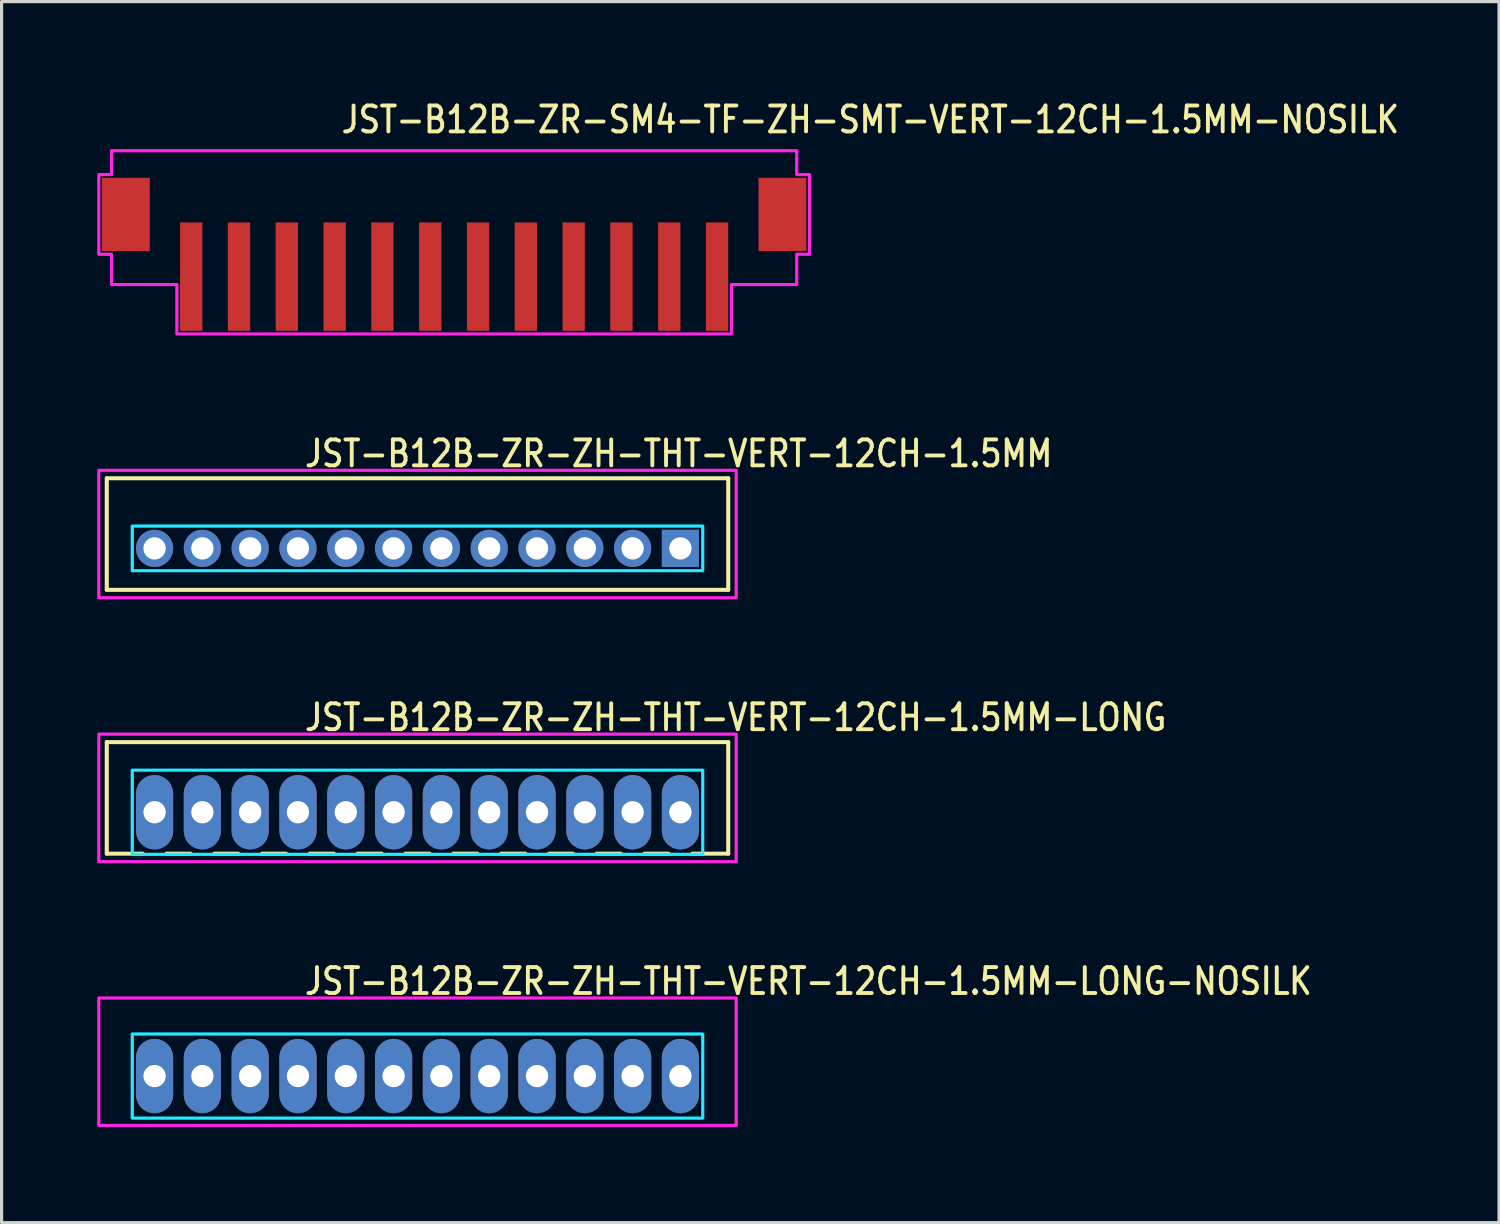
<source format=kicad_pcb>
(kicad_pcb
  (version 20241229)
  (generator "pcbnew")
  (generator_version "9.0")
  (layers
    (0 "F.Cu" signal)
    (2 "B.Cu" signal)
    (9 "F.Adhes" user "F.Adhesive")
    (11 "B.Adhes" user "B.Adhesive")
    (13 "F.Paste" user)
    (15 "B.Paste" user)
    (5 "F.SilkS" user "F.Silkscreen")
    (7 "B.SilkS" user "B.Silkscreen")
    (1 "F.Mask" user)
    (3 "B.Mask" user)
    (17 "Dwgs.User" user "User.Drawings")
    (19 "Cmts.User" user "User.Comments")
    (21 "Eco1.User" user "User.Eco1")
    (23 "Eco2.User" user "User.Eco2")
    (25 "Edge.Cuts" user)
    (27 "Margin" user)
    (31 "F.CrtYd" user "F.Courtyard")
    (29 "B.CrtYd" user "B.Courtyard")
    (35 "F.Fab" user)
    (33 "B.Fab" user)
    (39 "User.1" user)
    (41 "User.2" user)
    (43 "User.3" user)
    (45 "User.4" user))
  (footprint "JST-B12B-ZR-SM4-TF-ZH-SMT-VERT-12CH-1.5MM-NOSILK"
    (layer "F.Cu")
    (at 11.2 3.679)
    (property "Reference" "JST-B12B-ZR-SM4-TF-ZH-SMT-VERT-12CH-1.5MM-NOSILK" (at -3.6 -2.5 0) (unlocked yes) (layer "F.SilkS") (effects (font (size 0.813 0.695) (thickness 0.122)) (justify left bottom)))
    (fp_poly (pts (xy -10.75 -2) (xy -10.75 -1.25) (xy -11.15 -1.25) (xy -11.15 1.25) (xy -10.75 1.25) (xy -10.75 2.2) (xy -8.7 2.2) (xy -8.7 3.75) (xy 8.7 3.75) (xy 8.7 2.2) (xy 10.75 2.2) (xy 10.75 1.25) (xy 11.15 1.25) (xy 11.15 -1.25) (xy 10.75 -1.25) (xy 10.75 -2)) (stroke (width 0.1) (type solid)) (fill no) (layer "F.CrtYd"))
    (pad "1" smd rect (at -8.25 1.95) (size 0.7 3.4) (layers "F.Cu" "F.Mask" "F.Paste"))
    (pad "2" smd rect (at -6.75 1.95) (size 0.7 3.4) (layers "F.Cu" "F.Mask" "F.Paste"))
    (pad "3" smd rect (at -5.25 1.95) (size 0.7 3.4) (layers "F.Cu" "F.Mask" "F.Paste"))
    (pad "4" smd rect (at -3.75 1.95) (size 0.7 3.4) (layers "F.Cu" "F.Mask" "F.Paste"))
    (pad "5" smd rect (at -2.25 1.95) (size 0.7 3.4) (layers "F.Cu" "F.Mask" "F.Paste"))
    (pad "6" smd rect (at -0.75 1.95) (size 0.7 3.4) (layers "F.Cu" "F.Mask" "F.Paste"))
    (pad "7" smd rect (at 0.75 1.95) (size 0.7 3.4) (layers "F.Cu" "F.Mask" "F.Paste"))
    (pad "8" smd rect (at 2.25 1.95) (size 0.7 3.4) (layers "F.Cu" "F.Mask" "F.Paste"))
    (pad "9" smd rect (at 3.75 1.95) (size 0.7 3.4) (layers "F.Cu" "F.Mask" "F.Paste"))
    (pad "10" smd rect (at 5.25 1.95) (size 0.7 3.4) (layers "F.Cu" "F.Mask" "F.Paste"))
    (pad "11" smd rect (at 6.75 1.95) (size 0.7 3.4) (layers "F.Cu" "F.Mask" "F.Paste"))
    (pad "12" smd rect (at 8.25 1.95) (size 0.7 3.4) (layers "F.Cu" "F.Mask" "F.Paste"))
    (pad "13" smd rect (at 10.3 0) (size 1.5 2.3) (layers "F.Cu" "F.Mask" "F.Paste"))
    (pad "14" smd rect (at -10.3 0) (size 1.5 2.3) (layers "F.Cu" "F.Mask" "F.Paste")))
  (footprint "JST-B12B-ZR-ZH-THT-VERT-12CH-1.5MM-LONG-NOSILK"
    (layer "F.Cu")
    (at 10.05 30.714)
    (property "Reference" "JST-B12B-ZR-ZH-THT-VERT-12CH-1.5MM-LONG-NOSILK" (at -3.6 -2.5 0) (unlocked yes) (layer "F.SilkS") (effects (font (size 0.813 0.695) (thickness 0.122)) (justify left bottom)))
    (fp_poly (pts (xy -8.95 -1.32) (xy -8.95 1.32) (xy 8.95 1.32) (xy 8.95 -1.32)) (stroke (width 0.1) (type solid)) (fill no) (layer "B.CrtYd"))
    (fp_poly (pts (xy -10 -2.45) (xy -10 1.55) (xy 10 1.55) (xy 10 -2.45)) (stroke (width 0.1) (type solid)) (fill no) (layer "F.CrtYd"))
    (pad "1" thru_hole oval (at 8.25 0 90) (size 2.333 1.167) (drill 0.7) (layers "*.Cu" "*.Mask"))
    (pad "2" thru_hole oval (at 6.75 0 90) (size 2.333 1.167) (drill 0.7) (layers "*.Cu" "*.Mask"))
    (pad "3" thru_hole oval (at 5.25 0 90) (size 2.333 1.167) (drill 0.7) (layers "*.Cu" "*.Mask"))
    (pad "4" thru_hole oval (at 3.75 0 90) (size 2.333 1.167) (drill 0.7) (layers "*.Cu" "*.Mask"))
    (pad "5" thru_hole oval (at 2.25 0 90) (size 2.333 1.167) (drill 0.7) (layers "*.Cu" "*.Mask"))
    (pad "6" thru_hole oval (at 0.75 0 90) (size 2.333 1.167) (drill 0.7) (layers "*.Cu" "*.Mask"))
    (pad "7" thru_hole oval (at -0.75 0 90) (size 2.333 1.167) (drill 0.7) (layers "*.Cu" "*.Mask"))
    (pad "8" thru_hole oval (at -2.25 0 90) (size 2.333 1.167) (drill 0.7) (layers "*.Cu" "*.Mask"))
    (pad "9" thru_hole oval (at -3.75 0 90) (size 2.333 1.167) (drill 0.7) (layers "*.Cu" "*.Mask"))
    (pad "10" thru_hole oval (at -5.25 0 90) (size 2.333 1.167) (drill 0.7) (layers "*.Cu" "*.Mask"))
    (pad "11" thru_hole oval (at -6.75 0 90) (size 2.333 1.167) (drill 0.7) (layers "*.Cu" "*.Mask"))
    (pad "12" thru_hole oval (at -8.25 0 90) (size 2.333 1.167) (drill 0.7) (layers "*.Cu" "*.Mask")))
  (footprint "JST-B12B-ZR-ZH-THT-VERT-12CH-1.5MM"
    (layer "F.Cu")
    (at 10.05 14.157)
    (property "Reference" "JST-B12B-ZR-ZH-THT-VERT-12CH-1.5MM" (at -3.6 -2.5 0) (unlocked yes) (layer "F.SilkS") (effects (font (size 0.813 0.695) (thickness 0.122)) (justify left bottom)))
    (fp_line (start -9.75 -2.2) (end 9.75 -2.2) (stroke (width 0.127) (type solid)) (layer "F.SilkS"))
    (fp_line (start -9.75 1.3) (end -9.75 -2.2) (stroke (width 0.127) (type solid)) (layer "F.SilkS"))
    (fp_line (start -9.75 1.3) (end 9.75 1.3) (stroke (width 0.127) (type solid)) (layer "F.SilkS"))
    (fp_line (start 9.75 -2.2) (end 9.75 1.3) (stroke (width 0.127) (type solid)) (layer "F.SilkS"))
    (fp_poly (pts (xy -8.95 -0.7) (xy -8.95 0.7) (xy 8.95 0.7) (xy 8.95 -0.7)) (stroke (width 0.1) (type solid)) (fill no) (layer "B.CrtYd"))
    (fp_poly (pts (xy -10 -2.45) (xy -10 1.55) (xy 10 1.55) (xy 10 -2.45)) (stroke (width 0.1) (type solid)) (fill no) (layer "F.CrtYd"))
    (pad "1" thru_hole rect (at 8.25 0) (size 1.167 1.167) (drill 0.7) (layers "*.Cu" "*.Mask"))
    (pad "2" thru_hole oval (at 6.75 0) (size 1.167 1.167) (drill 0.7) (layers "*.Cu" "*.Mask"))
    (pad "3" thru_hole oval (at 5.25 0) (size 1.167 1.167) (drill 0.7) (layers "*.Cu" "*.Mask"))
    (pad "4" thru_hole oval (at 3.75 0) (size 1.167 1.167) (drill 0.7) (layers "*.Cu" "*.Mask"))
    (pad "5" thru_hole oval (at 2.25 0) (size 1.167 1.167) (drill 0.7) (layers "*.Cu" "*.Mask"))
    (pad "6" thru_hole oval (at 0.75 0) (size 1.167 1.167) (drill 0.7) (layers "*.Cu" "*.Mask"))
    (pad "7" thru_hole oval (at -0.75 0) (size 1.167 1.167) (drill 0.7) (layers "*.Cu" "*.Mask"))
    (pad "8" thru_hole oval (at -2.25 0) (size 1.167 1.167) (drill 0.7) (layers "*.Cu" "*.Mask"))
    (pad "9" thru_hole oval (at -3.75 0) (size 1.167 1.167) (drill 0.7) (layers "*.Cu" "*.Mask"))
    (pad "10" thru_hole oval (at -5.25 0) (size 1.167 1.167) (drill 0.7) (layers "*.Cu" "*.Mask"))
    (pad "11" thru_hole oval (at -6.75 0) (size 1.167 1.167) (drill 0.7) (layers "*.Cu" "*.Mask"))
    (pad "12" thru_hole oval (at -8.25 0) (size 1.167 1.167) (drill 0.7) (layers "*.Cu" "*.Mask")))
  (footprint "JST-B12B-ZR-ZH-THT-VERT-12CH-1.5MM-LONG"
    (layer "F.Cu")
    (at 10.05 22.436)
    (property "Reference" "JST-B12B-ZR-ZH-THT-VERT-12CH-1.5MM-LONG" (at -3.6 -2.5 0) (unlocked yes) (layer "F.SilkS") (effects (font (size 0.813 0.695) (thickness 0.122)) (justify left bottom)))
    (fp_line (start -9.75 -2.2) (end 9.75 -2.2) (stroke (width 0.127) (type solid)) (layer "F.SilkS"))
    (fp_line (start -9.75 1.3) (end -9.75 -2.2) (stroke (width 0.127) (type solid)) (layer "F.SilkS"))
    (fp_line (start -9.75 1.3) (end -8.625 1.3) (stroke (width 0.127) (type solid)) (layer "F.SilkS"))
    (fp_line (start -7.875 1.3) (end -7.125 1.3) (stroke (width 0.127) (type solid)) (layer "F.SilkS"))
    (fp_line (start -6.375 1.3) (end -5.625 1.3) (stroke (width 0.127) (type solid)) (layer "F.SilkS"))
    (fp_line (start -4.875 1.3) (end -4.125 1.3) (stroke (width 0.127) (type solid)) (layer "F.SilkS"))
    (fp_line (start -3.375 1.3) (end -2.625 1.3) (stroke (width 0.127) (type solid)) (layer "F.SilkS"))
    (fp_line (start -1.875 1.3) (end -1.125 1.3) (stroke (width 0.127) (type solid)) (layer "F.SilkS"))
    (fp_line (start -0.375 1.3) (end 0.375 1.3) (stroke (width 0.127) (type solid)) (layer "F.SilkS"))
    (fp_line (start 1.125 1.3) (end 1.875 1.3) (stroke (width 0.127) (type solid)) (layer "F.SilkS"))
    (fp_line (start 2.625 1.3) (end 3.375 1.3) (stroke (width 0.127) (type solid)) (layer "F.SilkS"))
    (fp_line (start 4.125 1.3) (end 4.875 1.3) (stroke (width 0.127) (type solid)) (layer "F.SilkS"))
    (fp_line (start 5.625 1.3) (end 6.375 1.3) (stroke (width 0.127) (type solid)) (layer "F.SilkS"))
    (fp_line (start 7.125 1.3) (end 7.875 1.3) (stroke (width 0.127) (type solid)) (layer "F.SilkS"))
    (fp_line (start 8.625 1.3) (end 9.75 1.3) (stroke (width 0.127) (type solid)) (layer "F.SilkS"))
    (fp_line (start 9.75 -2.2) (end 9.75 1.3) (stroke (width 0.127) (type solid)) (layer "F.SilkS"))
    (fp_poly (pts (xy -8.95 -1.32) (xy -8.95 1.32) (xy 8.95 1.32) (xy 8.95 -1.32)) (stroke (width 0.1) (type solid)) (fill no) (layer "B.CrtYd"))
    (fp_poly (pts (xy -10 -2.45) (xy -10 1.55) (xy 10 1.55) (xy 10 -2.45)) (stroke (width 0.1) (type solid)) (fill no) (layer "F.CrtYd"))
    (pad "P$1" thru_hole oval (at 8.25 0 90) (size 2.333 1.167) (drill 0.7) (layers "*.Cu" "*.Mask"))
    (pad "P$2" thru_hole oval (at 6.75 0 90) (size 2.333 1.167) (drill 0.7) (layers "*.Cu" "*.Mask"))
    (pad "P$3" thru_hole oval (at 5.25 0 90) (size 2.333 1.167) (drill 0.7) (layers "*.Cu" "*.Mask"))
    (pad "P$4" thru_hole oval (at 3.75 0 90) (size 2.333 1.167) (drill 0.7) (layers "*.Cu" "*.Mask"))
    (pad "P$5" thru_hole oval (at 2.25 0 90) (size 2.333 1.167) (drill 0.7) (layers "*.Cu" "*.Mask"))
    (pad "P$6" thru_hole oval (at 0.75 0 90) (size 2.333 1.167) (drill 0.7) (layers "*.Cu" "*.Mask"))
    (pad "P$7" thru_hole oval (at -0.75 0 90) (size 2.333 1.167) (drill 0.7) (layers "*.Cu" "*.Mask"))
    (pad "P$8" thru_hole oval (at -2.25 0 90) (size 2.333 1.167) (drill 0.7) (layers "*.Cu" "*.Mask"))
    (pad "P$9" thru_hole oval (at -3.75 0 90) (size 2.333 1.167) (drill 0.7) (layers "*.Cu" "*.Mask"))
    (pad "P$10" thru_hole oval (at -5.25 0 90) (size 2.333 1.167) (drill 0.7) (layers "*.Cu" "*.Mask"))
    (pad "P$11" thru_hole oval (at -6.75 0 90) (size 2.333 1.167) (drill 0.7) (layers "*.Cu" "*.Mask"))
    (pad "P$12" thru_hole oval (at -8.25 0 90) (size 2.333 1.167) (drill 0.7) (layers "*.Cu" "*.Mask")))
  (gr_rect
    (start -3 -3)
    (end 43.986 35.314)
    (stroke (width 0.1) (type default))
    (fill no)
    (layer "Edge.Cuts")))
</source>
